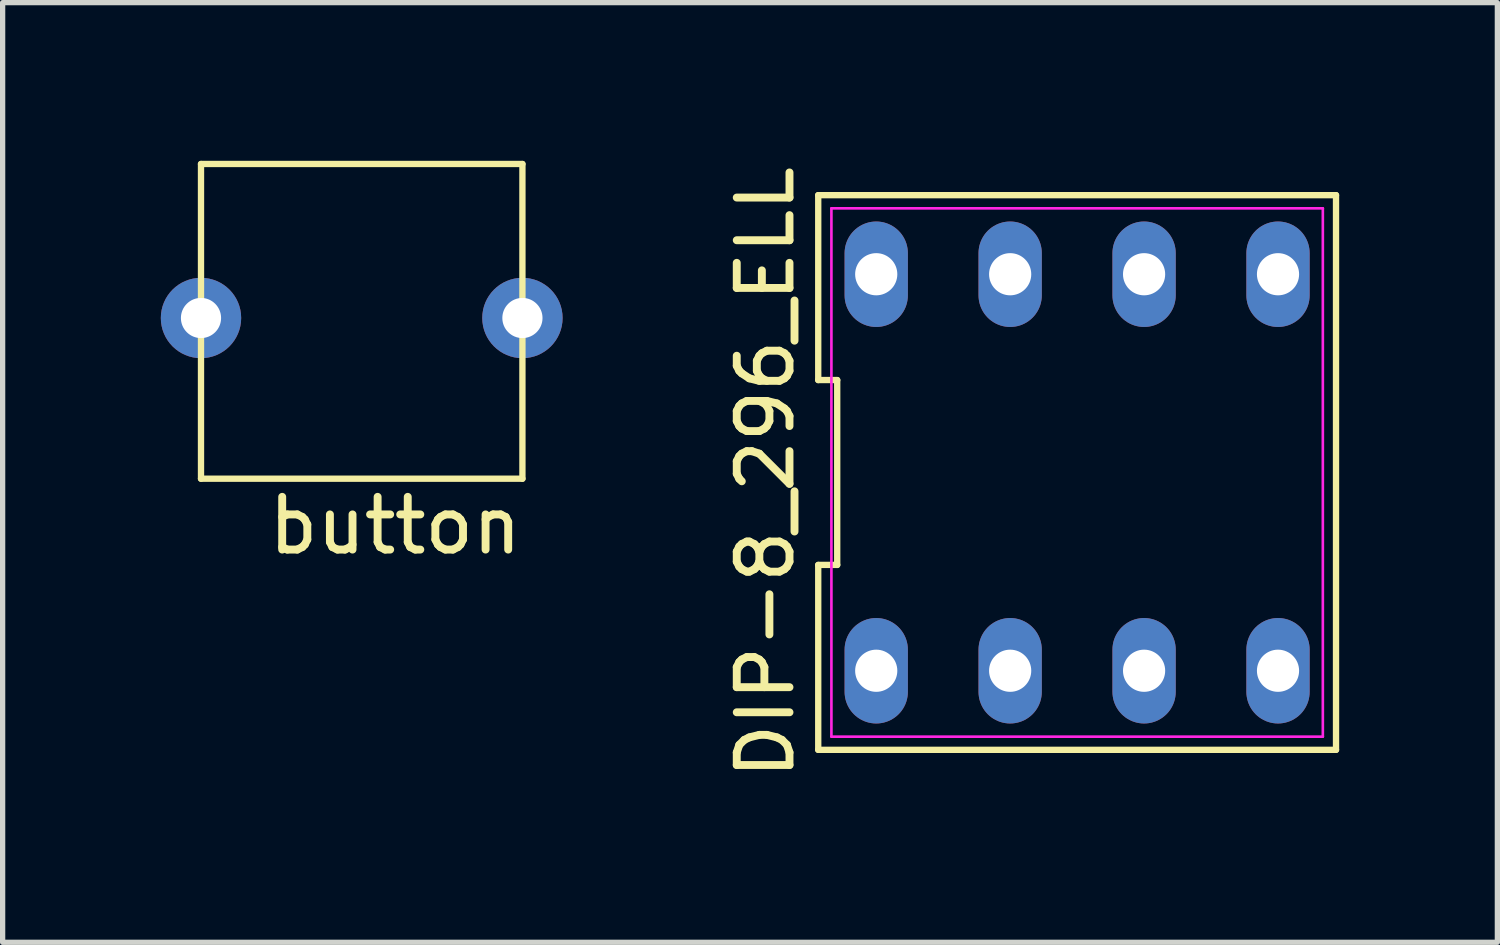
<source format=kicad_pcb>
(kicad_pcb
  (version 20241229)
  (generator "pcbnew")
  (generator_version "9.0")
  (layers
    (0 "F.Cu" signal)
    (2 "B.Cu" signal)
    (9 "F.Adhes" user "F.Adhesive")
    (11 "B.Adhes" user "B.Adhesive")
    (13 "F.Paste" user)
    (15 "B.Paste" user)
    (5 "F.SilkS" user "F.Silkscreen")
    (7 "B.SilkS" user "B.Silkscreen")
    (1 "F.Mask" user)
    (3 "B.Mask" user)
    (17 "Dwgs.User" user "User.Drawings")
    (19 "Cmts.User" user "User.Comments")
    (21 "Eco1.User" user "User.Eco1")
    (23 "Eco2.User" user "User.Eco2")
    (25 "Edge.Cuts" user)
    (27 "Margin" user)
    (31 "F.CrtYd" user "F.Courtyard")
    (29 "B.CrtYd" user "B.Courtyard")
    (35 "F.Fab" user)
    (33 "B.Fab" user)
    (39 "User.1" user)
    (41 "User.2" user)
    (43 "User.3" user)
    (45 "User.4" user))
  (footprint "DIP-8_296_ELL"
    (layer "F.Cu")
    (at 17.378 5.911)
    (property "Reference" "DIP-8_296_ELL" (at -5.91 0 90) (layer "F.SilkS") (effects (font (size 1 1) (thickness 0.15))))
    (attr through_hole)
    (fp_line (start -4.91 -5.26) (end -4.91 -1.753) (stroke (width 0.12) (type solid)) (layer "F.SilkS"))
    (fp_line (start -4.91 -1.753) (end -4.55 -1.753) (stroke (width 0.12) (type solid)) (layer "F.SilkS"))
    (fp_line (start -4.91 1.753) (end -4.91 5.26) (stroke (width 0.12) (type solid)) (layer "F.SilkS"))
    (fp_line (start -4.91 5.26) (end 4.91 5.26) (stroke (width 0.12) (type solid)) (layer "F.SilkS"))
    (fp_line (start -4.55 -1.753) (end -4.55 1.753) (stroke (width 0.12) (type solid)) (layer "F.SilkS"))
    (fp_line (start -4.55 1.753) (end -4.91 1.753) (stroke (width 0.12) (type solid)) (layer "F.SilkS"))
    (fp_line (start 4.91 -5.26) (end -4.91 -5.26) (stroke (width 0.12) (type solid)) (layer "F.SilkS"))
    (fp_line (start 4.91 5.26) (end 4.91 -5.26) (stroke (width 0.12) (type solid)) (layer "F.SilkS"))
    (fp_line (start -4.66 -5.01) (end 4.66 -5.01) (stroke (width 0.05) (type solid)) (layer "F.CrtYd"))
    (fp_line (start -4.66 5.01) (end -4.66 -5.01) (stroke (width 0.05) (type solid)) (layer "F.CrtYd"))
    (fp_line (start 4.66 -5.01) (end 4.66 5.01) (stroke (width 0.05) (type solid)) (layer "F.CrtYd"))
    (fp_line (start 4.66 5.01) (end -4.66 5.01) (stroke (width 0.05) (type solid)) (layer "F.CrtYd"))
    (pad "1" thru_hole oval (at -3.81 3.76) (size 1.2 2) (drill 0.8) (layers "*.Cu" "*.Mask"))
    (pad "2" thru_hole oval (at -1.27 3.76) (size 1.2 2) (drill 0.8) (layers "*.Cu" "*.Mask"))
    (pad "3" thru_hole oval (at 1.27 3.76) (size 1.2 2) (drill 0.8) (layers "*.Cu" "*.Mask"))
    (pad "4" thru_hole oval (at 3.81 3.76) (size 1.2 2) (drill 0.8) (layers "*.Cu" "*.Mask"))
    (pad "5" thru_hole oval (at 3.81 -3.76) (size 1.2 2) (drill 0.8) (layers "*.Cu" "*.Mask"))
    (pad "6" thru_hole oval (at 1.27 -3.76) (size 1.2 2) (drill 0.8) (layers "*.Cu" "*.Mask"))
    (pad "7" thru_hole oval (at -1.27 -3.76) (size 1.2 2) (drill 0.8) (layers "*.Cu" "*.Mask"))
    (pad "8" thru_hole oval (at -3.81 -3.76) (size 1.2 2) (drill 0.8) (layers "*.Cu" "*.Mask")))
  (footprint "button"
    (layer "F.Cu")
    (at 3.937 2.981)
    (property "Reference" "button" (at 0.508 3.937 0) (layer "F.SilkS") (effects (font (size 1 1) (thickness 0.15))))
    (attr through_hole)
    (fp_line (start -3.175 -2.921) (end -3.175 3.048) (stroke (width 0.12) (type solid)) (layer "F.SilkS"))
    (fp_line (start -3.175 3.048) (end 2.921 3.048) (stroke (width 0.12) (type solid)) (layer "F.SilkS"))
    (fp_line (start 2.921 -2.921) (end -3.175 -2.921) (stroke (width 0.12) (type solid)) (layer "F.SilkS"))
    (fp_line (start 2.921 3.048) (end 2.921 -2.921) (stroke (width 0.12) (type solid)) (layer "F.SilkS"))
    (pad "1" thru_hole circle (at -3.175 0) (size 1.524 1.524) (drill 0.762) (layers "*.Cu" "*.Mask"))
    (pad "2" thru_hole circle (at 2.921 0) (size 1.524 1.524) (drill 0.762) (layers "*.Cu" "*.Mask")))
  (gr_rect
    (start -3 -3)
    (end 25.348 14.821)
    (stroke (width 0.1) (type default))
    (fill no)
    (layer "Edge.Cuts")))
</source>
